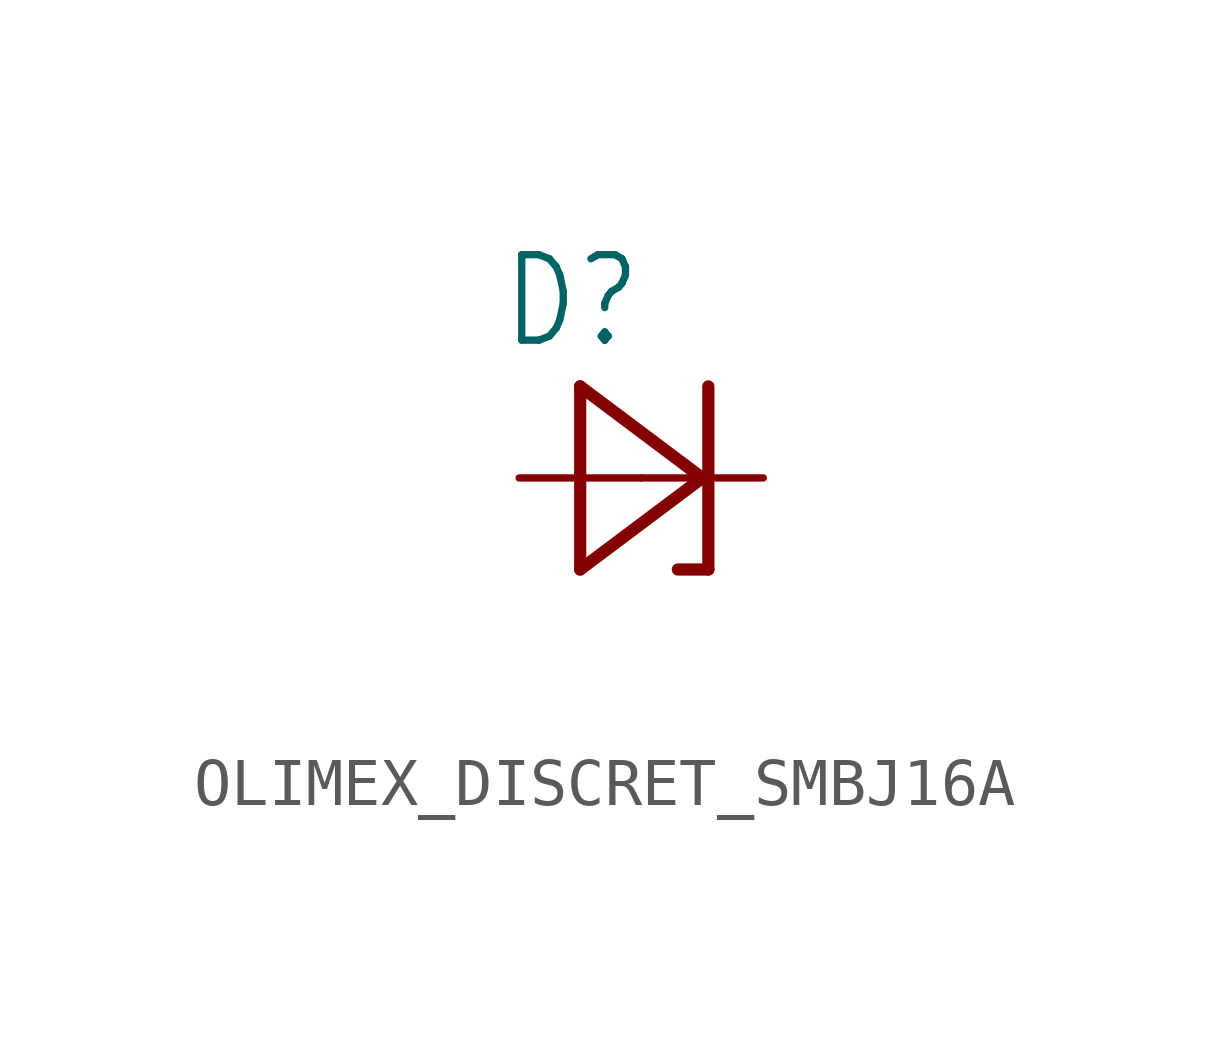
<source format=kicad_sym>
(kicad_symbol_lib
  (version 20231120)
  (generator "kicad_symbol_editor")
  (generator_version "8.0")
  (symbol "OLIMEX_DISCRET_SMBJ16A"
    (property "Reference" "D"
      (at -2.946 2.642 0)
      (effects (font (size 1.778 1.511)) (justify left bottom)))
    (property "Value" ""
      (at -4.47 -4.496 0)
      (effects (font (size 1.778 1.511)) (justify left bottom)))
    (property "ki_locked" ""
      (at 0 0 0)
      (effects (font (size 1.27 1.27))))
    (symbol "OLIMEX_DISCRET_SMBJ16A_1_0"
      (polyline (pts (xy -1.27 -1.905) (xy 1.27 0)) (stroke (width 0.254) (type solid)) (fill (type none)))
      (polyline (pts (xy -1.27 1.905) (xy -1.27 -1.905)) (stroke (width 0.254) (type solid)) (fill (type none)))
      (polyline (pts (xy 1.27 0) (xy -1.27 1.905)) (stroke (width 0.254) (type solid)) (fill (type none)))
      (polyline (pts (xy 1.397 -1.905) (xy 0.762 -1.905)) (stroke (width 0.254) (type solid)) (fill (type none)))
      (polyline (pts (xy 1.397 1.905) (xy 1.397 -1.905)) (stroke (width 0.254) (type solid)) (fill (type none)))
      (pin passive line (at -2.54 0 0) (length 2.54) (name "A" (effects (font (size 0 0)))) (number "A" (effects (font (size 0 0)))))
      (pin passive line (at 2.54 0 180) (length 2.54) (name "C" (effects (font (size 0 0)))) (number "C" (effects (font (size 0 0))))))))
</source>
